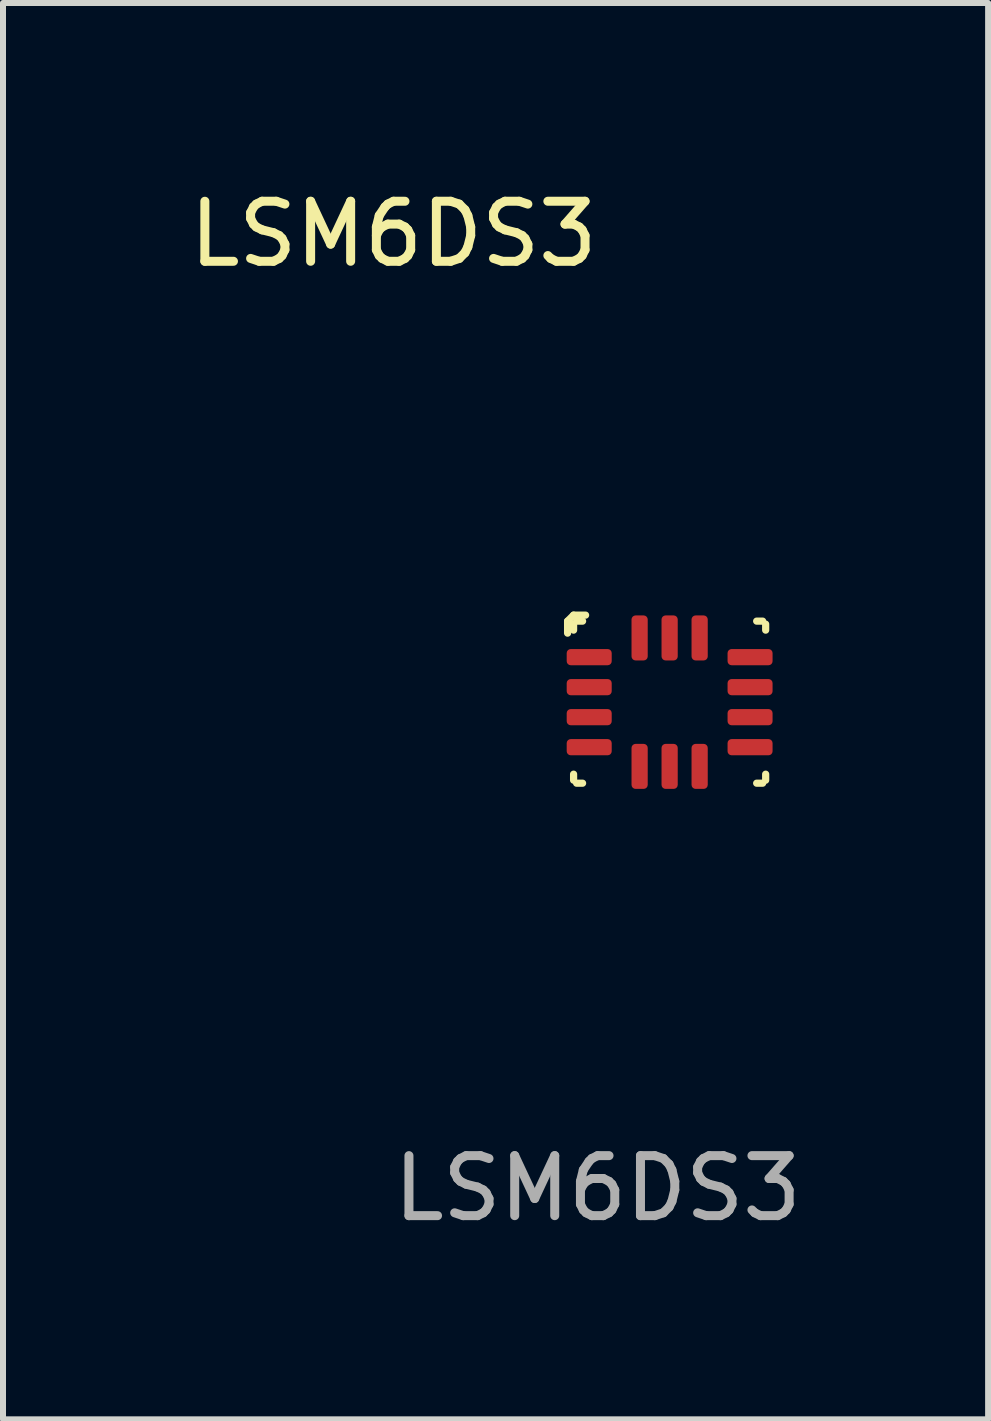
<source format=kicad_pcb>
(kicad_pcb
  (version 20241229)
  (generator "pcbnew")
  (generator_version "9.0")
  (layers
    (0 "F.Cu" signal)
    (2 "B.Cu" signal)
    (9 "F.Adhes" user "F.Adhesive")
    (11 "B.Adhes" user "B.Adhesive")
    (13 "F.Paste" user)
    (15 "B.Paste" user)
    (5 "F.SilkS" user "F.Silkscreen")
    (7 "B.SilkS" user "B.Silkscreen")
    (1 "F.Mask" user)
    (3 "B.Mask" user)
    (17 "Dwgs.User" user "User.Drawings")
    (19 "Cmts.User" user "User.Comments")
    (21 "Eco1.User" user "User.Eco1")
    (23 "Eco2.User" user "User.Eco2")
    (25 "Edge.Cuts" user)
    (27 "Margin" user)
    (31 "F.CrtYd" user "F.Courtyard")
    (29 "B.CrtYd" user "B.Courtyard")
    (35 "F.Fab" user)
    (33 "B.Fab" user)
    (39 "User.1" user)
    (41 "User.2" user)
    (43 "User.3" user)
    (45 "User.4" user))
  (footprint "LSM6DS3"
    (layer "F.Cu")
    (at 8.106 8.648)
    (property "Reference" "LSM6DS3" (at -4.6 -7.8 0) (unlocked yes) (layer "F.SilkS") (effects (font (size 1 1) (thickness 0.15))))
    (attr smd)
    (fp_line (start -1.7 -1.35) (end -1.6 -1.45) (stroke (width 0.12) (type solid)) (layer "F.SilkS"))
    (fp_line (start -1.7 -1.15) (end -1.7 -1.35) (stroke (width 0.12) (type solid)) (layer "F.SilkS"))
    (fp_line (start -1.6 -1.45) (end -1.4 -1.45) (stroke (width 0.12) (type solid)) (layer "F.SilkS"))
    (fp_line (start -1.6 -1.2) (end -1.6 -1.3) (stroke (width 0.12) (type solid)) (layer "F.SilkS"))
    (fp_line (start -1.6 1.3) (end -1.6 1.2) (stroke (width 0.12) (type solid)) (layer "F.SilkS"))
    (fp_line (start -1.55 -1.35) (end -1.45 -1.35) (stroke (width 0.12) (type solid)) (layer "F.SilkS"))
    (fp_line (start -1.45 1.35) (end -1.55 1.35) (stroke (width 0.12) (type solid)) (layer "F.SilkS"))
    (fp_line (start 1.45 -1.35) (end 1.55 -1.35) (stroke (width 0.12) (type solid)) (layer "F.SilkS"))
    (fp_line (start 1.55 1.35) (end 1.45 1.35) (stroke (width 0.12) (type solid)) (layer "F.SilkS"))
    (fp_line (start 1.6 -1.3) (end 1.6 -1.2) (stroke (width 0.12) (type solid)) (layer "F.SilkS"))
    (fp_line (start 1.6 1.2) (end 1.6 1.3) (stroke (width 0.12) (type solid)) (layer "F.SilkS"))
    (fp_text user "${REFERENCE}" (at -1.2 8.1 0) (unlocked yes) (layer "F.Fab") (effects (font (size 1 1) (thickness 0.15))))
    (pad "1" smd roundrect (at -1.34 -0.75 90) (size 0.27 0.75) (layers "F.Cu" "F.Mask" "F.Paste") (roundrect_rratio 0.25))
    (pad "2" smd roundrect (at -1.34 -0.25 90) (size 0.27 0.75) (layers "F.Cu" "F.Mask" "F.Paste") (roundrect_rratio 0.25))
    (pad "3" smd roundrect (at -1.34 0.25 90) (size 0.27 0.75) (layers "F.Cu" "F.Mask" "F.Paste") (roundrect_rratio 0.25))
    (pad "4" smd roundrect (at -1.34 0.75 90) (size 0.27 0.75) (layers "F.Cu" "F.Mask" "F.Paste") (roundrect_rratio 0.25))
    (pad "5" smd roundrect (at -0.5 1.07 180) (size 0.27 0.75) (layers "F.Cu" "F.Mask" "F.Paste") (roundrect_rratio 0.25))
    (pad "6" smd roundrect (at 0 1.07 180) (size 0.27 0.75) (layers "F.Cu" "F.Mask" "F.Paste") (roundrect_rratio 0.25))
    (pad "7" smd roundrect (at 0.5 1.07 180) (size 0.27 0.75) (layers "F.Cu" "F.Mask" "F.Paste") (roundrect_rratio 0.25))
    (pad "8" smd roundrect (at 1.34 0.75 270) (size 0.27 0.75) (layers "F.Cu" "F.Mask" "F.Paste") (roundrect_rratio 0.25))
    (pad "9" smd roundrect (at 1.34 0.25 270) (size 0.27 0.75) (layers "F.Cu" "F.Mask" "F.Paste") (roundrect_rratio 0.25))
    (pad "10" smd roundrect (at 1.34 -0.25 270) (size 0.27 0.75) (layers "F.Cu" "F.Mask" "F.Paste") (roundrect_rratio 0.25))
    (pad "11" smd roundrect (at 1.34 -0.75 270) (size 0.27 0.75) (layers "F.Cu" "F.Mask" "F.Paste") (roundrect_rratio 0.25))
    (pad "12" smd roundrect (at 0.5 -1.07) (size 0.27 0.75) (layers "F.Cu" "F.Mask" "F.Paste") (roundrect_rratio 0.25))
    (pad "13" smd roundrect (at 0 -1.07) (size 0.27 0.75) (layers "F.Cu" "F.Mask" "F.Paste") (roundrect_rratio 0.25))
    (pad "14" smd roundrect (at -0.5 -1.07) (size 0.27 0.75) (layers "F.Cu" "F.Mask" "F.Paste") (roundrect_rratio 0.25)))
  (gr_rect
    (start -3 -3)
    (end 13.412 20.596)
    (stroke (width 0.1) (type default))
    (fill no)
    (layer "Edge.Cuts")))
</source>
